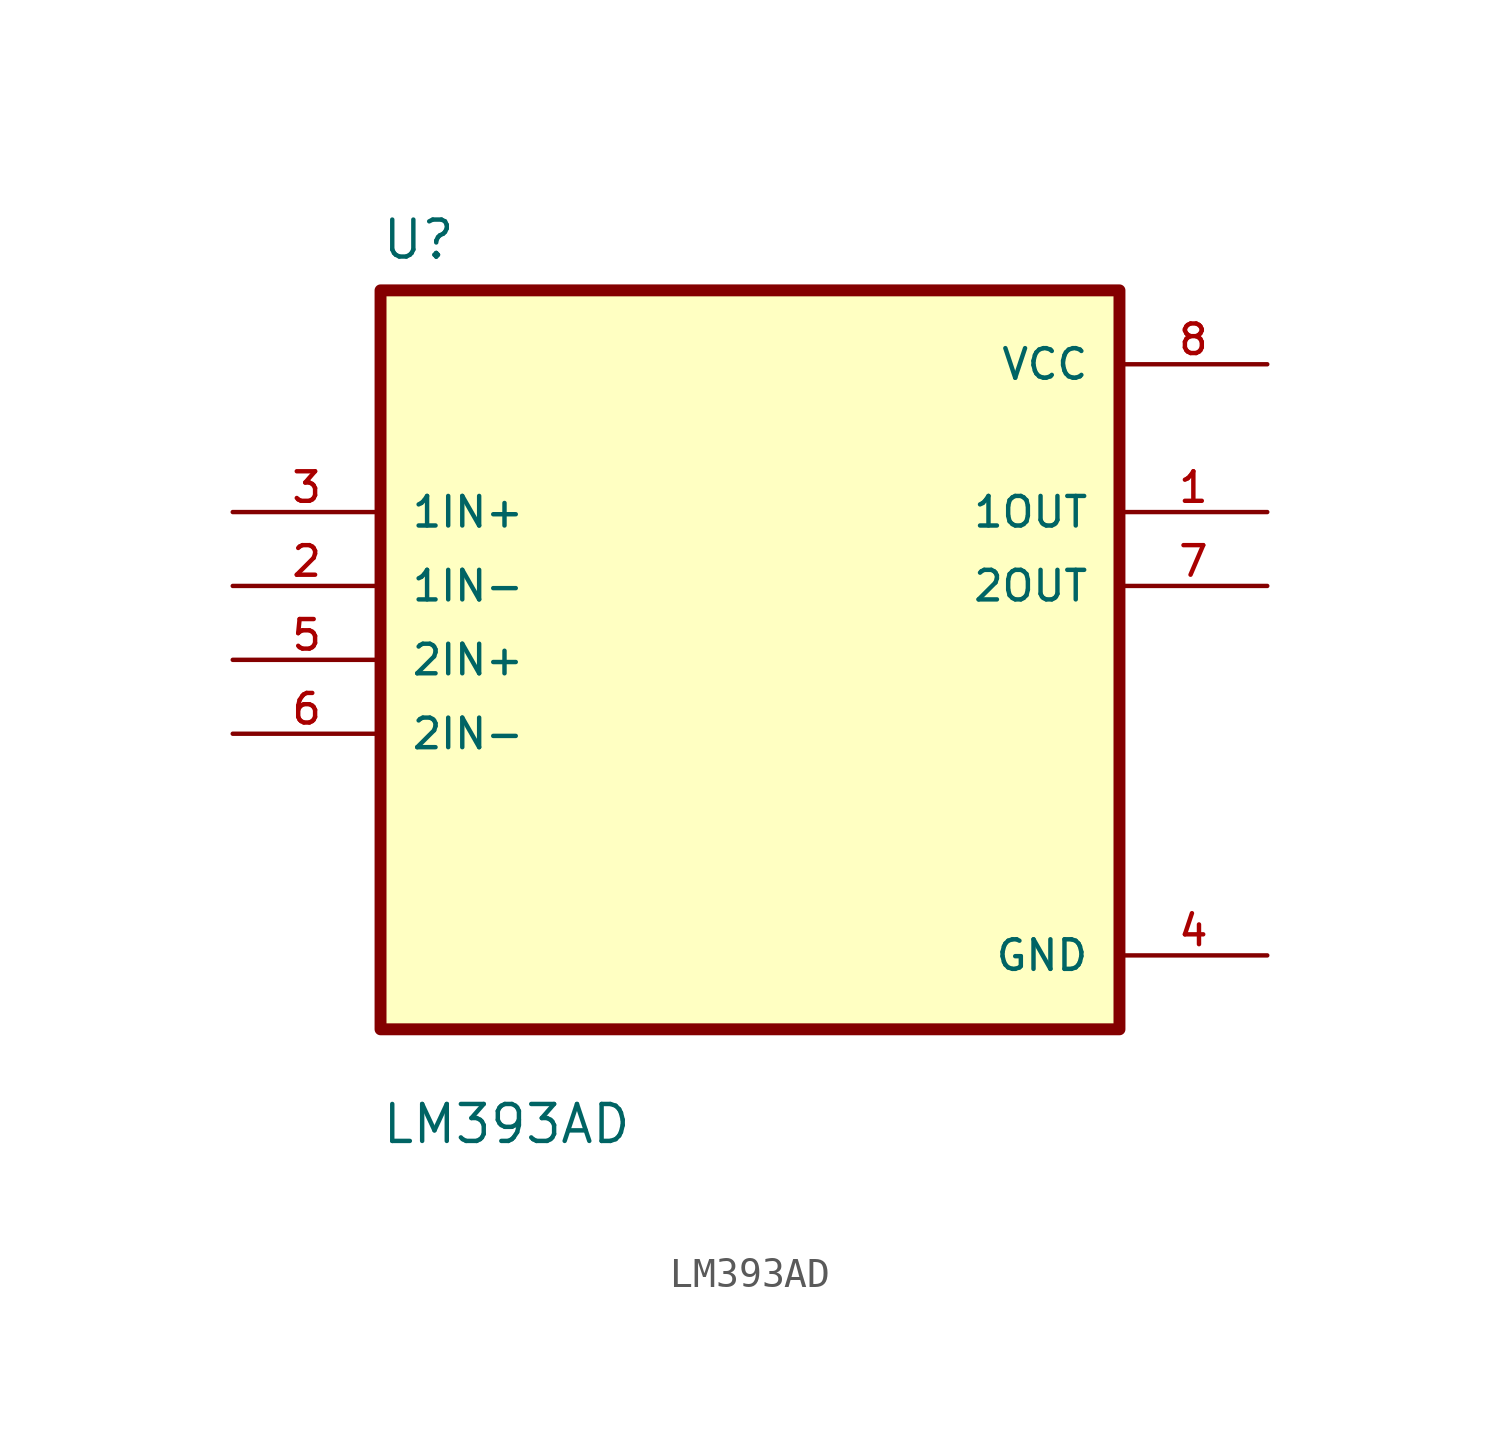
<source format=kicad_sym>
(kicad_symbol_lib
  (version 20211014)
  (generator kicad_symbol_editor)
  (symbol "LM393AD"
    (pin_names
      (offset 1.016))
    (property "Reference" "U"
      (at -12.7 13.7 0.0)
      (effects (font (size 1.27 1.27)) (justify bottom left)))
    (property "Value" "LM393AD"
      (at -12.7 -16.7 0.0)
      (effects (font (size 1.27 1.27)) (justify bottom left)))
    (symbol "LM393AD_0_0"
      (rectangle (start -12.7 -12.7) (end 12.7 12.7) (stroke (width 0.41)) (fill (type background)))
      (pin input line (at -17.78 5.08 0) (length 5.08) (name "1IN+" (effects (font (size 1.016 1.016)))) (number "3" (effects (font (size 1.016 1.016)))))
      (pin input line (at -17.78 2.54 0) (length 5.08) (name "1IN-" (effects (font (size 1.016 1.016)))) (number "2" (effects (font (size 1.016 1.016)))))
      (pin input line (at -17.78 -8.88178e-16 0) (length 5.08) (name "2IN+" (effects (font (size 1.016 1.016)))) (number "5" (effects (font (size 1.016 1.016)))))
      (pin input line (at -17.78 -2.54 0) (length 5.08) (name "2IN-" (effects (font (size 1.016 1.016)))) (number "6" (effects (font (size 1.016 1.016)))))
      (pin power_in line (at 17.78 10.16 180.0) (length 5.08) (name "VCC" (effects (font (size 1.016 1.016)))) (number "8" (effects (font (size 1.016 1.016)))))
      (pin output line (at 17.78 5.08 180.0) (length 5.08) (name "1OUT" (effects (font (size 1.016 1.016)))) (number "1" (effects (font (size 1.016 1.016)))))
      (pin output line (at 17.78 2.54 180.0) (length 5.08) (name "2OUT" (effects (font (size 1.016 1.016)))) (number "7" (effects (font (size 1.016 1.016)))))
      (pin power_in line (at 17.78 -10.16 180.0) (length 5.08) (name "GND" (effects (font (size 1.016 1.016)))) (number "4" (effects (font (size 1.016 1.016))))))))
</source>
